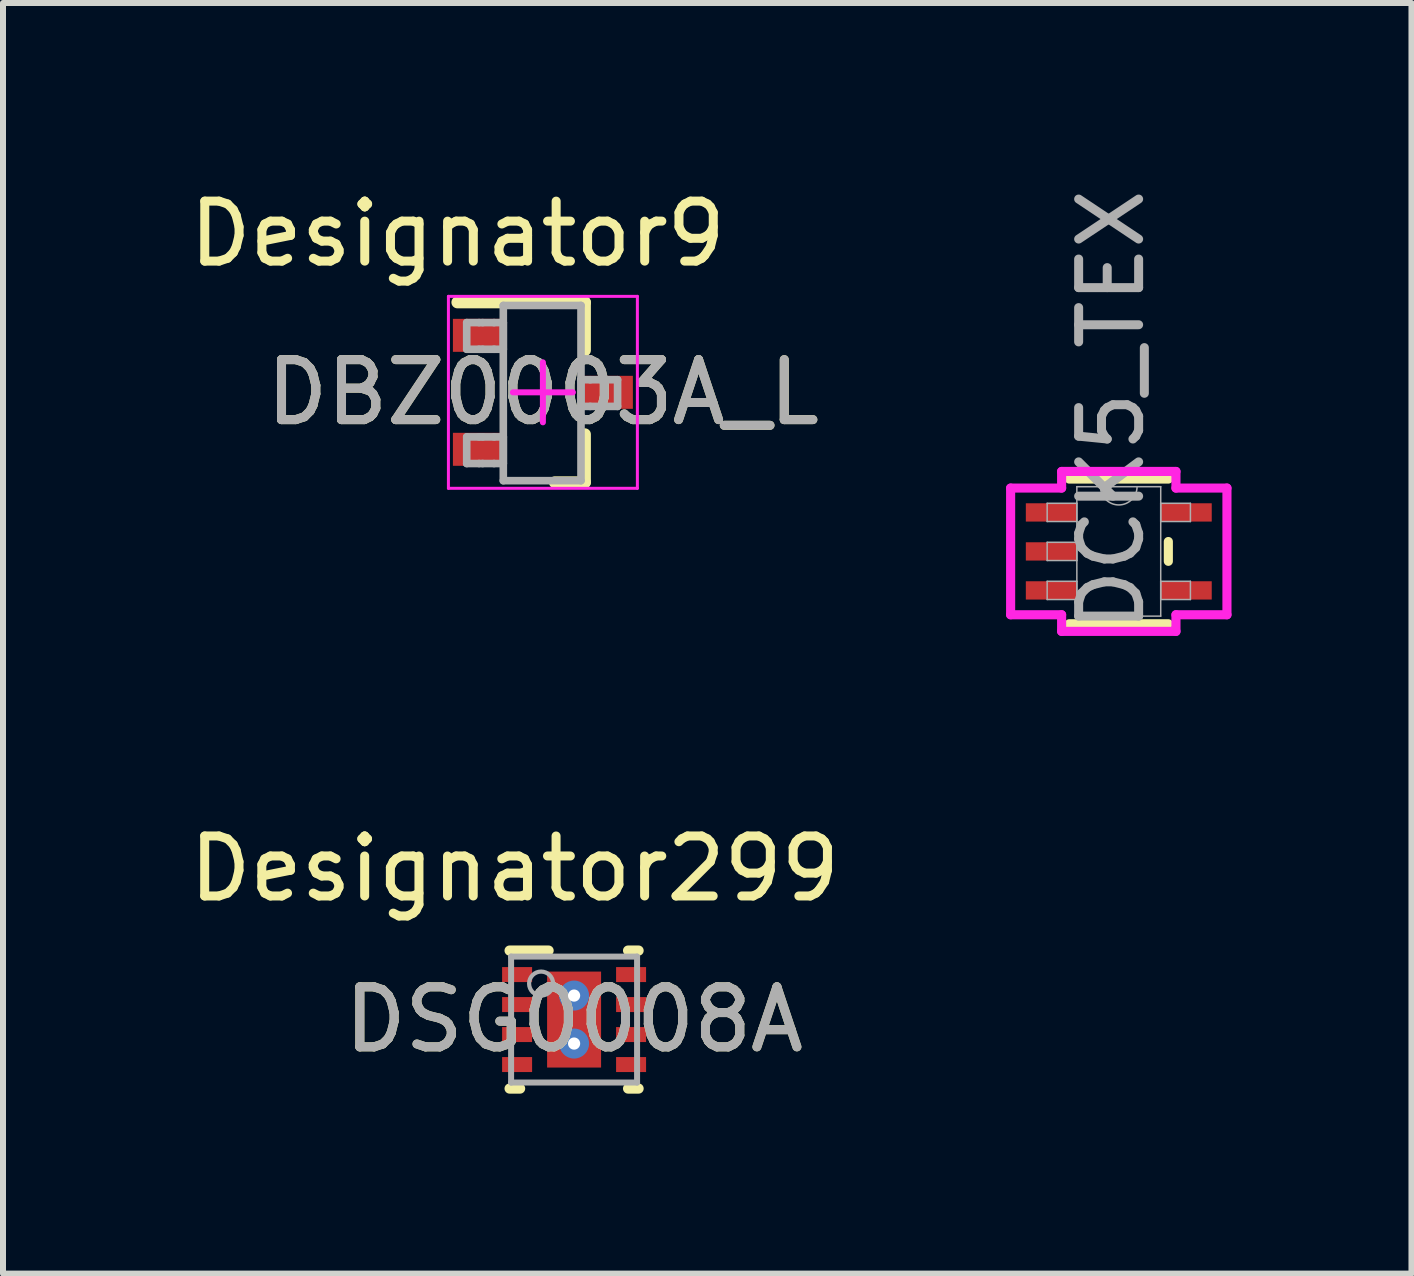
<source format=kicad_pcb>
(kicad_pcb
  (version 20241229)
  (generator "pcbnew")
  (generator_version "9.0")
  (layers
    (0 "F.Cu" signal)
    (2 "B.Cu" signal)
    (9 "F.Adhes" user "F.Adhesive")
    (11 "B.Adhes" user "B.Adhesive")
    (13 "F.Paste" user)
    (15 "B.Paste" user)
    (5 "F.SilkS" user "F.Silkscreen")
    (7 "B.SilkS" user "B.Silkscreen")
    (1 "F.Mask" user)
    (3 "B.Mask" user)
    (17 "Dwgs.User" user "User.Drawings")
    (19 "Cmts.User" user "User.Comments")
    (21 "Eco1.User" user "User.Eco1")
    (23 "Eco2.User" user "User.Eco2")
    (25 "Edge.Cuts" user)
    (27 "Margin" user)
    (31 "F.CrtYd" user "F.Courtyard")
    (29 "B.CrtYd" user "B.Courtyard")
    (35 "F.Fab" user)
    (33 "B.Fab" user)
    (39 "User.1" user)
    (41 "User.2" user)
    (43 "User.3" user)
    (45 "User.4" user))
  (footprint "DCK5_TEX"
    (layer "F.Cu")
    (at 15.6 6.142)
    (property "Reference" "DCK5_TEX" (at -0.124 -2.35 90) (unlocked yes) (layer "F.Fab") (effects (font (size 1 1) (thickness 0.15))))
    (attr smd)
    (fp_line (start -0.826 1.206) (end 0.826 1.206) (stroke (width 0.152) (type solid)) (layer "F.SilkS"))
    (fp_line (start 0.826 -1.206) (end -0.826 -1.206) (stroke (width 0.152) (type solid)) (layer "F.SilkS"))
    (fp_line (start 0.826 0.165) (end 0.826 -0.165) (stroke (width 0.152) (type solid)) (layer "F.SilkS"))
    (fp_line (start -1.803 -1.056) (end -0.953 -1.056) (stroke (width 0.152) (type solid)) (layer "F.CrtYd"))
    (fp_line (start -1.803 1.056) (end -1.803 -1.056) (stroke (width 0.152) (type solid)) (layer "F.CrtYd"))
    (fp_line (start -0.953 -1.333) (end 0.953 -1.333) (stroke (width 0.152) (type solid)) (layer "F.CrtYd"))
    (fp_line (start -0.953 -1.056) (end -0.953 -1.333) (stroke (width 0.152) (type solid)) (layer "F.CrtYd"))
    (fp_line (start -0.953 1.056) (end -1.803 1.056) (stroke (width 0.152) (type solid)) (layer "F.CrtYd"))
    (fp_line (start -0.953 1.333) (end -0.953 1.056) (stroke (width 0.152) (type solid)) (layer "F.CrtYd"))
    (fp_line (start 0.953 -1.333) (end 0.953 -1.056) (stroke (width 0.152) (type solid)) (layer "F.CrtYd"))
    (fp_line (start 0.953 -1.056) (end 1.803 -1.056) (stroke (width 0.152) (type solid)) (layer "F.CrtYd"))
    (fp_line (start 0.953 1.056) (end 0.953 1.333) (stroke (width 0.152) (type solid)) (layer "F.CrtYd"))
    (fp_line (start 0.953 1.333) (end -0.953 1.333) (stroke (width 0.152) (type solid)) (layer "F.CrtYd"))
    (fp_line (start 1.803 -1.056) (end 1.803 1.056) (stroke (width 0.152) (type solid)) (layer "F.CrtYd"))
    (fp_line (start 1.803 1.056) (end 0.953 1.056) (stroke (width 0.152) (type solid)) (layer "F.CrtYd"))
    (fp_line (start -1.194 -0.802) (end -1.194 -0.498) (stroke (width 0.025) (type solid)) (layer "F.Fab"))
    (fp_line (start -1.194 -0.498) (end -0.699 -0.498) (stroke (width 0.025) (type solid)) (layer "F.Fab"))
    (fp_line (start -1.194 -0.152) (end -1.194 0.152) (stroke (width 0.025) (type solid)) (layer "F.Fab"))
    (fp_line (start -1.194 0.152) (end -0.699 0.152) (stroke (width 0.025) (type solid)) (layer "F.Fab"))
    (fp_line (start -1.194 0.498) (end -1.194 0.802) (stroke (width 0.025) (type solid)) (layer "F.Fab"))
    (fp_line (start -1.194 0.802) (end -0.699 0.802) (stroke (width 0.025) (type solid)) (layer "F.Fab"))
    (fp_line (start -0.699 -1.079) (end -0.699 1.079) (stroke (width 0.025) (type solid)) (layer "F.Fab"))
    (fp_line (start -0.699 -0.802) (end -1.194 -0.802) (stroke (width 0.025) (type solid)) (layer "F.Fab"))
    (fp_line (start -0.699 -0.498) (end -0.699 -0.802) (stroke (width 0.025) (type solid)) (layer "F.Fab"))
    (fp_line (start -0.699 -0.152) (end -1.194 -0.152) (stroke (width 0.025) (type solid)) (layer "F.Fab"))
    (fp_line (start -0.699 0.152) (end -0.699 -0.152) (stroke (width 0.025) (type solid)) (layer "F.Fab"))
    (fp_line (start -0.699 0.498) (end -1.194 0.498) (stroke (width 0.025) (type solid)) (layer "F.Fab"))
    (fp_line (start -0.699 0.802) (end -0.699 0.498) (stroke (width 0.025) (type solid)) (layer "F.Fab"))
    (fp_line (start -0.699 1.079) (end 0.699 1.079) (stroke (width 0.025) (type solid)) (layer "F.Fab"))
    (fp_line (start 0.699 -1.079) (end -0.699 -1.079) (stroke (width 0.025) (type solid)) (layer "F.Fab"))
    (fp_line (start 0.699 -0.802) (end 0.699 -0.498) (stroke (width 0.025) (type solid)) (layer "F.Fab"))
    (fp_line (start 0.699 -0.498) (end 1.194 -0.498) (stroke (width 0.025) (type solid)) (layer "F.Fab"))
    (fp_line (start 0.699 0.498) (end 0.699 0.802) (stroke (width 0.025) (type solid)) (layer "F.Fab"))
    (fp_line (start 0.699 0.802) (end 1.194 0.802) (stroke (width 0.025) (type solid)) (layer "F.Fab"))
    (fp_line (start 0.699 1.079) (end 0.699 -1.079) (stroke (width 0.025) (type solid)) (layer "F.Fab"))
    (fp_line (start 1.194 -0.802) (end 0.699 -0.802) (stroke (width 0.025) (type solid)) (layer "F.Fab"))
    (fp_line (start 1.194 -0.498) (end 1.194 -0.802) (stroke (width 0.025) (type solid)) (layer "F.Fab"))
    (fp_line (start 1.194 0.498) (end 0.699 0.498) (stroke (width 0.025) (type solid)) (layer "F.Fab"))
    (fp_line (start 1.194 0.802) (end 1.194 0.498) (stroke (width 0.025) (type solid)) (layer "F.Fab"))
    (fp_arc (start 0.3048 -1.0795) (mid 0 -0.7747) (end -0.3048 -1.0795) (stroke (width 0.0254) (type solid)) (layer "F.Fab"))
    (pad "1" smd rect (at -1.124 -0.65) (size 0.851 0.305) (layers "F.Cu" "F.Mask" "F.Paste"))
    (pad "2" smd rect (at -1.124 0) (size 0.851 0.305) (layers "F.Cu" "F.Mask" "F.Paste"))
    (pad "3" smd rect (at -1.124 0.65) (size 0.851 0.305) (layers "F.Cu" "F.Mask" "F.Paste"))
    (pad "4" smd rect (at 1.124 0.65) (size 0.851 0.305) (layers "F.Cu" "F.Mask" "F.Paste"))
    (pad "5" smd rect (at 1.124 -0.65) (size 0.851 0.305) (layers "F.Cu" "F.Mask" "F.Paste")))
  (footprint "DSG0008A"
    (layer "F.Cu")
    (at 6.52 13.946)
    (property "Reference" "DSG0008A" (at 0 0 0) (unlocked yes) (layer "F.SilkS") (effects (font (size 1 1) (thickness 0.15))))
    (attr smd)
    (fp_line (start -1.075 -1.15) (end -0.425 -1.15) (stroke (width 0.17) (type solid)) (layer "F.SilkS"))
    (fp_line (start -1.075 1.15) (end -0.9 1.15) (stroke (width 0.17) (type solid)) (layer "F.SilkS"))
    (fp_line (start 0.9 -1.15) (end 1.075 -1.15) (stroke (width 0.17) (type solid)) (layer "F.SilkS"))
    (fp_line (start 0.9 1.15) (end 1.075 1.15) (stroke (width 0.17) (type solid)) (layer "F.SilkS"))
    (fp_poly (pts (xy -0.427 0.733) (xy 0.427 0.733) (xy 0.427 -0.733) (xy -0.427 -0.733)) (stroke (width 0) (type solid)) (fill yes) (layer "F.Paste"))
    (fp_line (start -1.05 -1.05) (end 1.05 -1.05) (stroke (width 0.1) (type solid)) (layer "F.Fab"))
    (fp_line (start -1.05 1.05) (end -1.05 -1.05) (stroke (width 0.1) (type solid)) (layer "F.Fab"))
    (fp_line (start -1.05 1.05) (end 1.05 1.05) (stroke (width 0.1) (type solid)) (layer "F.Fab"))
    (fp_line (start 1.05 1.05) (end 1.05 -1.05) (stroke (width 0.1) (type solid)) (layer "F.Fab"))
    (fp_circle (center -0.55 -0.6) (end -0.35 -0.6) (stroke (width 0.07) (type solid)) (fill no) (layer "F.Fab"))
    (fp_text user "Designator299" (at -0.991 -2.515 0) (unlocked yes) (layer "F.SilkS") (effects (font (size 1 1) (thickness 0.15))))
    (fp_text user "${REFERENCE}" (at 0 0 0) (unlocked yes) (layer "F.Fab") (effects (font (size 1 1) (thickness 0.15))))
    (pad "1" smd rect (at -0.95 -0.75 90) (size 0.25 0.5) (layers "F.Cu" "F.Mask" "F.Paste"))
    (pad "2" smd rect (at -0.95 -0.25 90) (size 0.25 0.5) (layers "F.Cu" "F.Mask" "F.Paste"))
    (pad "3" smd rect (at -0.95 0.25 90) (size 0.25 0.5) (layers "F.Cu" "F.Mask" "F.Paste"))
    (pad "4" smd rect (at -0.95 0.75 90) (size 0.25 0.5) (layers "F.Cu" "F.Mask" "F.Paste"))
    (pad "5" smd rect (at 0.95 0.75 90) (size 0.25 0.5) (layers "F.Cu" "F.Mask" "F.Paste"))
    (pad "6" smd rect (at 0.95 0.25 90) (size 0.25 0.5) (layers "F.Cu" "F.Mask" "F.Paste"))
    (pad "7" smd rect (at 0.95 -0.25 90) (size 0.25 0.5) (layers "F.Cu" "F.Mask" "F.Paste"))
    (pad "8" smd rect (at 0.95 -0.75 90) (size 0.25 0.5) (layers "F.Cu" "F.Mask" "F.Paste"))
    (pad "9" smd rect (at 0 -0.000003) (size 0.9 1.6) (layers "F.Cu" "F.Mask" "F.Paste"))
    (pad "V" thru_hole circle (at 0 -0.4) (size 0.5 0.5) (drill 0.203) (layers "*.Cu" "*.Mask"))
    (pad "V" thru_hole circle (at 0 0.4) (size 0.5 0.5) (drill 0.203) (layers "*.Cu" "*.Mask")))
  (footprint "DBZ0003A_L"
    (layer "F.Cu")
    (at 6 3.49)
    (property "Reference" "DBZ0003A_L" (at 0 0 0) (unlocked yes) (layer "F.SilkS") (effects (font (size 1 1) (thickness 0.15))))
    (attr smd)
    (fp_line (start -1.425 -1.5) (end 0.7 -1.5) (stroke (width 0.2) (type solid)) (layer "F.SilkS"))
    (fp_line (start 0.2 1.5) (end 0.7 1.5) (stroke (width 0.2) (type solid)) (layer "F.SilkS"))
    (fp_line (start 0.7 -0.7) (end 0.7 -1.5) (stroke (width 0.2) (type solid)) (layer "F.SilkS"))
    (fp_line (start 0.7 1.5) (end 0.7 0.7) (stroke (width 0.2) (type solid)) (layer "F.SilkS"))
    (fp_line (start -1.575 -1.6) (end 1.575 -1.6) (stroke (width 0.05) (type solid)) (layer "F.CrtYd"))
    (fp_line (start -1.575 1.6) (end -1.575 -1.6) (stroke (width 0.05) (type solid)) (layer "F.CrtYd"))
    (fp_line (start -1.575 1.6) (end 1.575 1.6) (stroke (width 0.05) (type solid)) (layer "F.CrtYd"))
    (fp_line (start -0.5 0) (end 0.5 0) (stroke (width 0.1) (type solid)) (layer "F.CrtYd"))
    (fp_line (start 0 0.5) (end 0 -0.5) (stroke (width 0.1) (type solid)) (layer "F.CrtYd"))
    (fp_line (start 1.575 1.6) (end 1.575 -1.6) (stroke (width 0.05) (type solid)) (layer "F.CrtYd"))
    (fp_line (start -1.27 -1.162) (end -1.063 -1.162) (stroke (width 0.127) (type solid)) (layer "F.Fab"))
    (fp_line (start -1.27 -0.718) (end -1.27 -1.162) (stroke (width 0.127) (type solid)) (layer "F.Fab"))
    (fp_line (start -1.27 -0.718) (end -1.063 -0.718) (stroke (width 0.127) (type solid)) (layer "F.Fab"))
    (fp_line (start -1.27 0.743) (end -1.063 0.743) (stroke (width 0.127) (type solid)) (layer "F.Fab"))
    (fp_line (start -1.27 1.187) (end -1.27 0.743) (stroke (width 0.127) (type solid)) (layer "F.Fab"))
    (fp_line (start -1.27 1.187) (end -1.063 1.187) (stroke (width 0.127) (type solid)) (layer "F.Fab"))
    (fp_line (start -1.063 -1.162) (end -1.005 -1.162) (stroke (width 0.127) (type solid)) (layer "F.Fab"))
    (fp_line (start -1.063 -0.718) (end -1.005 -0.718) (stroke (width 0.127) (type solid)) (layer "F.Fab"))
    (fp_line (start -1.063 0.743) (end -1.005 0.743) (stroke (width 0.127) (type solid)) (layer "F.Fab"))
    (fp_line (start -1.063 1.187) (end -1.005 1.187) (stroke (width 0.127) (type solid)) (layer "F.Fab"))
    (fp_line (start -1.005 -1.162) (end -0.814 -1.162) (stroke (width 0.127) (type solid)) (layer "F.Fab"))
    (fp_line (start -1.005 -0.718) (end -0.814 -0.718) (stroke (width 0.127) (type solid)) (layer "F.Fab"))
    (fp_line (start -1.005 0.743) (end -0.814 0.743) (stroke (width 0.127) (type solid)) (layer "F.Fab"))
    (fp_line (start -1.005 1.187) (end -0.814 1.187) (stroke (width 0.127) (type solid)) (layer "F.Fab"))
    (fp_line (start -0.814 -1.162) (end -0.66 -1.162) (stroke (width 0.127) (type solid)) (layer "F.Fab"))
    (fp_line (start -0.814 -0.718) (end -0.66 -0.718) (stroke (width 0.127) (type solid)) (layer "F.Fab"))
    (fp_line (start -0.814 0.743) (end -0.66 0.743) (stroke (width 0.127) (type solid)) (layer "F.Fab"))
    (fp_line (start -0.814 1.187) (end -0.66 1.187) (stroke (width 0.127) (type solid)) (layer "F.Fab"))
    (fp_line (start -0.66 -1.448) (end 0.635 -1.448) (stroke (width 0.127) (type solid)) (layer "F.Fab"))
    (fp_line (start -0.66 -0.718) (end -0.66 -1.162) (stroke (width 0.127) (type solid)) (layer "F.Fab"))
    (fp_line (start -0.66 1.187) (end -0.66 0.743) (stroke (width 0.127) (type solid)) (layer "F.Fab"))
    (fp_line (start -0.66 1.473) (end -0.66 -1.448) (stroke (width 0.127) (type solid)) (layer "F.Fab"))
    (fp_line (start -0.66 1.473) (end 0.635 1.473) (stroke (width 0.127) (type solid)) (layer "F.Fab"))
    (fp_line (start 0.635 -0.21) (end 0.789 -0.21) (stroke (width 0.127) (type solid)) (layer "F.Fab"))
    (fp_line (start 0.635 0.235) (end 0.635 -0.21) (stroke (width 0.127) (type solid)) (layer "F.Fab"))
    (fp_line (start 0.635 0.235) (end 0.789 0.235) (stroke (width 0.127) (type solid)) (layer "F.Fab"))
    (fp_line (start 0.635 1.473) (end 0.635 -1.448) (stroke (width 0.127) (type solid)) (layer "F.Fab"))
    (fp_line (start 0.789 -0.21) (end 0.98 -0.21) (stroke (width 0.127) (type solid)) (layer "F.Fab"))
    (fp_line (start 0.789 0.235) (end 0.98 0.235) (stroke (width 0.127) (type solid)) (layer "F.Fab"))
    (fp_line (start 0.98 -0.21) (end 1.037 -0.21) (stroke (width 0.127) (type solid)) (layer "F.Fab"))
    (fp_line (start 0.98 0.235) (end 1.037 0.235) (stroke (width 0.127) (type solid)) (layer "F.Fab"))
    (fp_line (start 1.037 -0.21) (end 1.245 -0.21) (stroke (width 0.127) (type solid)) (layer "F.Fab"))
    (fp_line (start 1.037 0.235) (end 1.245 0.235) (stroke (width 0.127) (type solid)) (layer "F.Fab"))
    (fp_line (start 1.245 0.235) (end 1.245 -0.21) (stroke (width 0.127) (type solid)) (layer "F.Fab"))
    (fp_text user "Designator9" (at -1.422 -2.642 0) (unlocked yes) (layer "F.SilkS") (effects (font (size 1 1) (thickness 0.15))))
    (fp_text user "${REFERENCE}" (at 0 0 0) (unlocked yes) (layer "F.Fab") (effects (font (size 1 1) (thickness 0.15))))
    (pad "1" smd rect (at -1.1 -0.95 90) (size 0.55 0.8) (layers "F.Cu" "F.Mask" "F.Paste"))
    (pad "2" smd rect (at -1.1 0.95 90) (size 0.55 0.8) (layers "F.Cu" "F.Mask" "F.Paste"))
    (pad "3" smd rect (at 1.1 0 90) (size 0.55 0.8) (layers "F.Cu" "F.Mask" "F.Paste")))
  (gr_rect
    (start -3 -3)
    (end 20.479 18.181)
    (stroke (width 0.1) (type default))
    (fill no)
    (layer "Edge.Cuts")))
</source>
